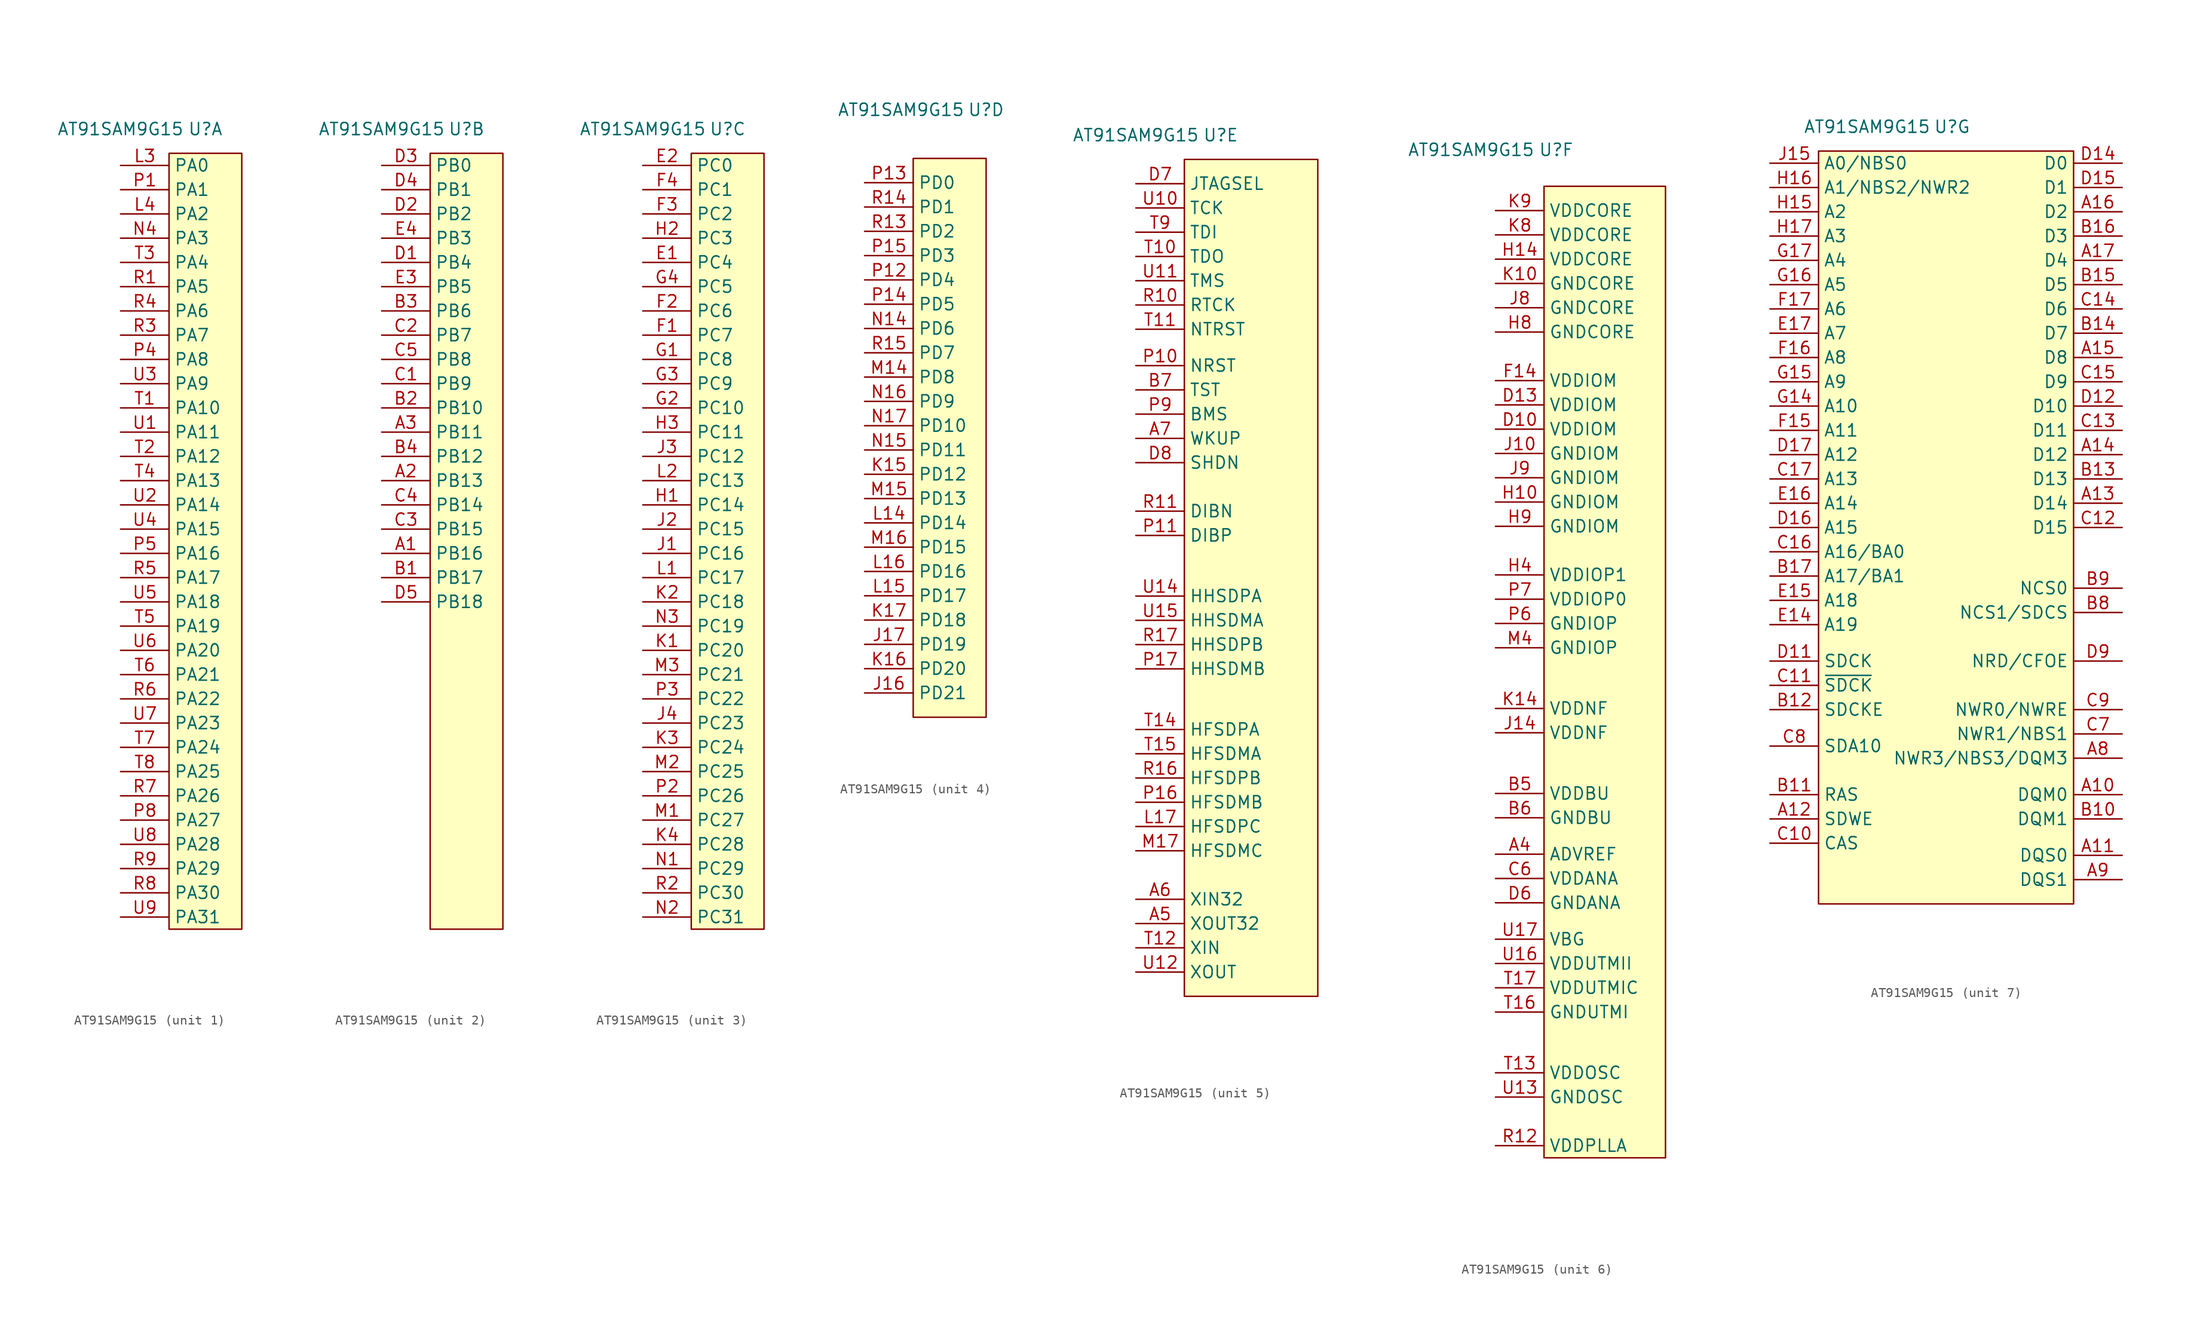
<source format=kicad_sym>
(kicad_symbol_lib
  (version 20211014)
  (generator kicad_symbol_editor)
  (symbol "AT91SAM9G15"
    (property "Reference" "U"
      (at 0 43.18 0)
      (effects (font (size 1.27 1.27))))
    (property "Value" "AT91SAM9G15"
      (at -8.89 43.18 0)
      (effects (font (size 1.27 1.27))))
    (property "ki_locked" ""
      (at 0 0 0)
      (effects (font (size 1.27 1.27))))
    (symbol "AT91SAM9G15_1_0"
      (pin passive line (at -8.89 39.37 0) (length 5.08) (name "PA0" (effects (font (size 1.27 1.27)))) (number "L3" (effects (font (size 1.27 1.27)))))
      (pin passive line (at -8.89 34.29 0) (length 5.08) (name "PA2" (effects (font (size 1.27 1.27)))) (number "L4" (effects (font (size 1.27 1.27)))))
      (pin passive line (at -8.89 31.75 0) (length 5.08) (name "PA3" (effects (font (size 1.27 1.27)))) (number "N4" (effects (font (size 1.27 1.27)))))
      (pin passive line (at -8.89 36.83 0) (length 5.08) (name "PA1" (effects (font (size 1.27 1.27)))) (number "P1" (effects (font (size 1.27 1.27)))))
      (pin passive line (at -8.89 19.05 0) (length 5.08) (name "PA8" (effects (font (size 1.27 1.27)))) (number "P4" (effects (font (size 1.27 1.27)))))
      (pin passive line (at -8.89 -1.27 0) (length 5.08) (name "PA16" (effects (font (size 1.27 1.27)))) (number "P5" (effects (font (size 1.27 1.27)))))
      (pin passive line (at -8.89 -29.21 0) (length 5.08) (name "PA27" (effects (font (size 1.27 1.27)))) (number "P8" (effects (font (size 1.27 1.27)))))
      (pin passive line (at -8.89 26.67 0) (length 5.08) (name "PA5" (effects (font (size 1.27 1.27)))) (number "R1" (effects (font (size 1.27 1.27)))))
      (pin passive line (at -8.89 21.59 0) (length 5.08) (name "PA7" (effects (font (size 1.27 1.27)))) (number "R3" (effects (font (size 1.27 1.27)))))
      (pin passive line (at -8.89 24.13 0) (length 5.08) (name "PA6" (effects (font (size 1.27 1.27)))) (number "R4" (effects (font (size 1.27 1.27)))))
      (pin passive line (at -8.89 -3.81 0) (length 5.08) (name "PA17" (effects (font (size 1.27 1.27)))) (number "R5" (effects (font (size 1.27 1.27)))))
      (pin passive line (at -8.89 -16.51 0) (length 5.08) (name "PA22" (effects (font (size 1.27 1.27)))) (number "R6" (effects (font (size 1.27 1.27)))))
      (pin passive line (at -8.89 -26.67 0) (length 5.08) (name "PA26" (effects (font (size 1.27 1.27)))) (number "R7" (effects (font (size 1.27 1.27)))))
      (pin passive line (at -8.89 -36.83 0) (length 5.08) (name "PA30" (effects (font (size 1.27 1.27)))) (number "R8" (effects (font (size 1.27 1.27)))))
      (pin passive line (at -8.89 -34.29 0) (length 5.08) (name "PA29" (effects (font (size 1.27 1.27)))) (number "R9" (effects (font (size 1.27 1.27)))))
      (pin passive line (at -8.89 13.97 0) (length 5.08) (name "PA10" (effects (font (size 1.27 1.27)))) (number "T1" (effects (font (size 1.27 1.27)))))
      (pin passive line (at -8.89 8.89 0) (length 5.08) (name "PA12" (effects (font (size 1.27 1.27)))) (number "T2" (effects (font (size 1.27 1.27)))))
      (pin passive line (at -8.89 29.21 0) (length 5.08) (name "PA4" (effects (font (size 1.27 1.27)))) (number "T3" (effects (font (size 1.27 1.27)))))
      (pin passive line (at -8.89 6.35 0) (length 5.08) (name "PA13" (effects (font (size 1.27 1.27)))) (number "T4" (effects (font (size 1.27 1.27)))))
      (pin passive line (at -8.89 -8.89 0) (length 5.08) (name "PA19" (effects (font (size 1.27 1.27)))) (number "T5" (effects (font (size 1.27 1.27)))))
      (pin passive line (at -8.89 -13.97 0) (length 5.08) (name "PA21" (effects (font (size 1.27 1.27)))) (number "T6" (effects (font (size 1.27 1.27)))))
      (pin passive line (at -8.89 -21.59 0) (length 5.08) (name "PA24" (effects (font (size 1.27 1.27)))) (number "T7" (effects (font (size 1.27 1.27)))))
      (pin passive line (at -8.89 -24.13 0) (length 5.08) (name "PA25" (effects (font (size 1.27 1.27)))) (number "T8" (effects (font (size 1.27 1.27)))))
      (pin passive line (at -8.89 11.43 0) (length 5.08) (name "PA11" (effects (font (size 1.27 1.27)))) (number "U1" (effects (font (size 1.27 1.27)))))
      (pin passive line (at -8.89 3.81 0) (length 5.08) (name "PA14" (effects (font (size 1.27 1.27)))) (number "U2" (effects (font (size 1.27 1.27)))))
      (pin passive line (at -8.89 16.51 0) (length 5.08) (name "PA9" (effects (font (size 1.27 1.27)))) (number "U3" (effects (font (size 1.27 1.27)))))
      (pin passive line (at -8.89 1.27 0) (length 5.08) (name "PA15" (effects (font (size 1.27 1.27)))) (number "U4" (effects (font (size 1.27 1.27)))))
      (pin passive line (at -8.89 -6.35 0) (length 5.08) (name "PA18" (effects (font (size 1.27 1.27)))) (number "U5" (effects (font (size 1.27 1.27)))))
      (pin passive line (at -8.89 -11.43 0) (length 5.08) (name "PA20" (effects (font (size 1.27 1.27)))) (number "U6" (effects (font (size 1.27 1.27)))))
      (pin passive line (at -8.89 -19.05 0) (length 5.08) (name "PA23" (effects (font (size 1.27 1.27)))) (number "U7" (effects (font (size 1.27 1.27)))))
      (pin passive line (at -8.89 -31.75 0) (length 5.08) (name "PA28" (effects (font (size 1.27 1.27)))) (number "U8" (effects (font (size 1.27 1.27)))))
      (pin passive line (at -8.89 -39.37 0) (length 5.08) (name "PA31" (effects (font (size 1.27 1.27)))) (number "U9" (effects (font (size 1.27 1.27))))))
    (symbol "AT91SAM9G15_1_1"
      (rectangle (start -3.81 40.64) (end 3.81 -40.64) (stroke (width 0.152) (type default) (color 0 0 0 0)) (fill (type background))))
    (symbol "AT91SAM9G15_2_0"
      (pin passive line (at -8.89 -1.27 0) (length 5.08) (name "PB16" (effects (font (size 1.27 1.27)))) (number "A1" (effects (font (size 1.27 1.27)))))
      (pin passive line (at -8.89 6.35 0) (length 5.08) (name "PB13" (effects (font (size 1.27 1.27)))) (number "A2" (effects (font (size 1.27 1.27)))))
      (pin passive line (at -8.89 11.43 0) (length 5.08) (name "PB11" (effects (font (size 1.27 1.27)))) (number "A3" (effects (font (size 1.27 1.27)))))
      (pin passive line (at -8.89 -3.81 0) (length 5.08) (name "PB17" (effects (font (size 1.27 1.27)))) (number "B1" (effects (font (size 1.27 1.27)))))
      (pin passive line (at -8.89 13.97 0) (length 5.08) (name "PB10" (effects (font (size 1.27 1.27)))) (number "B2" (effects (font (size 1.27 1.27)))))
      (pin passive line (at -8.89 24.13 0) (length 5.08) (name "PB6" (effects (font (size 1.27 1.27)))) (number "B3" (effects (font (size 1.27 1.27)))))
      (pin passive line (at -8.89 8.89 0) (length 5.08) (name "PB12" (effects (font (size 1.27 1.27)))) (number "B4" (effects (font (size 1.27 1.27)))))
      (pin passive line (at -8.89 16.51 0) (length 5.08) (name "PB9" (effects (font (size 1.27 1.27)))) (number "C1" (effects (font (size 1.27 1.27)))))
      (pin passive line (at -8.89 21.59 0) (length 5.08) (name "PB7" (effects (font (size 1.27 1.27)))) (number "C2" (effects (font (size 1.27 1.27)))))
      (pin passive line (at -8.89 1.27 0) (length 5.08) (name "PB15" (effects (font (size 1.27 1.27)))) (number "C3" (effects (font (size 1.27 1.27)))))
      (pin passive line (at -8.89 3.81 0) (length 5.08) (name "PB14" (effects (font (size 1.27 1.27)))) (number "C4" (effects (font (size 1.27 1.27)))))
      (pin passive line (at -8.89 19.05 0) (length 5.08) (name "PB8" (effects (font (size 1.27 1.27)))) (number "C5" (effects (font (size 1.27 1.27)))))
      (pin passive line (at -8.89 29.21 0) (length 5.08) (name "PB4" (effects (font (size 1.27 1.27)))) (number "D1" (effects (font (size 1.27 1.27)))))
      (pin passive line (at -8.89 34.29 0) (length 5.08) (name "PB2" (effects (font (size 1.27 1.27)))) (number "D2" (effects (font (size 1.27 1.27)))))
      (pin passive line (at -8.89 39.37 0) (length 5.08) (name "PB0" (effects (font (size 1.27 1.27)))) (number "D3" (effects (font (size 1.27 1.27)))))
      (pin passive line (at -8.89 36.83 0) (length 5.08) (name "PB1" (effects (font (size 1.27 1.27)))) (number "D4" (effects (font (size 1.27 1.27)))))
      (pin passive line (at -8.89 -6.35 0) (length 5.08) (name "PB18" (effects (font (size 1.27 1.27)))) (number "D5" (effects (font (size 1.27 1.27)))))
      (pin passive line (at -8.89 26.67 0) (length 5.08) (name "PB5" (effects (font (size 1.27 1.27)))) (number "E3" (effects (font (size 1.27 1.27)))))
      (pin passive line (at -8.89 31.75 0) (length 5.08) (name "PB3" (effects (font (size 1.27 1.27)))) (number "E4" (effects (font (size 1.27 1.27))))))
    (symbol "AT91SAM9G15_2_1"
      (rectangle (start -3.81 40.64) (end 3.81 -40.64) (stroke (width 0.152) (type default) (color 0 0 0 0)) (fill (type background))))
    (symbol "AT91SAM9G15_3_0"
      (pin passive line (at -8.89 29.21 0) (length 5.08) (name "PC4" (effects (font (size 1.27 1.27)))) (number "E1" (effects (font (size 1.27 1.27)))))
      (pin passive line (at -8.89 39.37 0) (length 5.08) (name "PC0" (effects (font (size 1.27 1.27)))) (number "E2" (effects (font (size 1.27 1.27)))))
      (pin passive line (at -8.89 21.59 0) (length 5.08) (name "PC7" (effects (font (size 1.27 1.27)))) (number "F1" (effects (font (size 1.27 1.27)))))
      (pin passive line (at -8.89 24.13 0) (length 5.08) (name "PC6" (effects (font (size 1.27 1.27)))) (number "F2" (effects (font (size 1.27 1.27)))))
      (pin passive line (at -8.89 34.29 0) (length 5.08) (name "PC2" (effects (font (size 1.27 1.27)))) (number "F3" (effects (font (size 1.27 1.27)))))
      (pin passive line (at -8.89 36.83 0) (length 5.08) (name "PC1" (effects (font (size 1.27 1.27)))) (number "F4" (effects (font (size 1.27 1.27)))))
      (pin passive line (at -8.89 19.05 0) (length 5.08) (name "PC8" (effects (font (size 1.27 1.27)))) (number "G1" (effects (font (size 1.27 1.27)))))
      (pin passive line (at -8.89 13.97 0) (length 5.08) (name "PC10" (effects (font (size 1.27 1.27)))) (number "G2" (effects (font (size 1.27 1.27)))))
      (pin passive line (at -8.89 16.51 0) (length 5.08) (name "PC9" (effects (font (size 1.27 1.27)))) (number "G3" (effects (font (size 1.27 1.27)))))
      (pin passive line (at -8.89 26.67 0) (length 5.08) (name "PC5" (effects (font (size 1.27 1.27)))) (number "G4" (effects (font (size 1.27 1.27)))))
      (pin passive line (at -8.89 3.81 0) (length 5.08) (name "PC14" (effects (font (size 1.27 1.27)))) (number "H1" (effects (font (size 1.27 1.27)))))
      (pin passive line (at -8.89 31.75 0) (length 5.08) (name "PC3" (effects (font (size 1.27 1.27)))) (number "H2" (effects (font (size 1.27 1.27)))))
      (pin passive line (at -8.89 11.43 0) (length 5.08) (name "PC11" (effects (font (size 1.27 1.27)))) (number "H3" (effects (font (size 1.27 1.27)))))
      (pin passive line (at -8.89 -1.27 0) (length 5.08) (name "PC16" (effects (font (size 1.27 1.27)))) (number "J1" (effects (font (size 1.27 1.27)))))
      (pin passive line (at -8.89 1.27 0) (length 5.08) (name "PC15" (effects (font (size 1.27 1.27)))) (number "J2" (effects (font (size 1.27 1.27)))))
      (pin passive line (at -8.89 8.89 0) (length 5.08) (name "PC12" (effects (font (size 1.27 1.27)))) (number "J3" (effects (font (size 1.27 1.27)))))
      (pin passive line (at -8.89 -19.05 0) (length 5.08) (name "PC23" (effects (font (size 1.27 1.27)))) (number "J4" (effects (font (size 1.27 1.27)))))
      (pin passive line (at -8.89 -11.43 0) (length 5.08) (name "PC20" (effects (font (size 1.27 1.27)))) (number "K1" (effects (font (size 1.27 1.27)))))
      (pin passive line (at -8.89 -6.35 0) (length 5.08) (name "PC18" (effects (font (size 1.27 1.27)))) (number "K2" (effects (font (size 1.27 1.27)))))
      (pin passive line (at -8.89 -21.59 0) (length 5.08) (name "PC24" (effects (font (size 1.27 1.27)))) (number "K3" (effects (font (size 1.27 1.27)))))
      (pin passive line (at -8.89 -31.75 0) (length 5.08) (name "PC28" (effects (font (size 1.27 1.27)))) (number "K4" (effects (font (size 1.27 1.27)))))
      (pin passive line (at -8.89 -3.81 0) (length 5.08) (name "PC17" (effects (font (size 1.27 1.27)))) (number "L1" (effects (font (size 1.27 1.27)))))
      (pin passive line (at -8.89 6.35 0) (length 5.08) (name "PC13" (effects (font (size 1.27 1.27)))) (number "L2" (effects (font (size 1.27 1.27)))))
      (pin passive line (at -8.89 -29.21 0) (length 5.08) (name "PC27" (effects (font (size 1.27 1.27)))) (number "M1" (effects (font (size 1.27 1.27)))))
      (pin passive line (at -8.89 -24.13 0) (length 5.08) (name "PC25" (effects (font (size 1.27 1.27)))) (number "M2" (effects (font (size 1.27 1.27)))))
      (pin passive line (at -8.89 -13.97 0) (length 5.08) (name "PC21" (effects (font (size 1.27 1.27)))) (number "M3" (effects (font (size 1.27 1.27)))))
      (pin passive line (at -8.89 -34.29 0) (length 5.08) (name "PC29" (effects (font (size 1.27 1.27)))) (number "N1" (effects (font (size 1.27 1.27)))))
      (pin passive line (at -8.89 -39.37 0) (length 5.08) (name "PC31" (effects (font (size 1.27 1.27)))) (number "N2" (effects (font (size 1.27 1.27)))))
      (pin passive line (at -8.89 -8.89 0) (length 5.08) (name "PC19" (effects (font (size 1.27 1.27)))) (number "N3" (effects (font (size 1.27 1.27)))))
      (pin passive line (at -8.89 -26.67 0) (length 5.08) (name "PC26" (effects (font (size 1.27 1.27)))) (number "P2" (effects (font (size 1.27 1.27)))))
      (pin passive line (at -8.89 -16.51 0) (length 5.08) (name "PC22" (effects (font (size 1.27 1.27)))) (number "P3" (effects (font (size 1.27 1.27)))))
      (pin passive line (at -8.89 -36.83 0) (length 5.08) (name "PC30" (effects (font (size 1.27 1.27)))) (number "R2" (effects (font (size 1.27 1.27))))))
    (symbol "AT91SAM9G15_3_1"
      (rectangle (start -3.81 40.64) (end 3.81 -40.64) (stroke (width 0.152) (type default) (color 0 0 0 0)) (fill (type background))))
    (symbol "AT91SAM9G15_4_0"
      (pin passive line (at -12.7 -17.78 0) (length 5.08) (name "PD21" (effects (font (size 1.27 1.27)))) (number "J16" (effects (font (size 1.27 1.27)))))
      (pin passive line (at -12.7 -12.7 0) (length 5.08) (name "PD19" (effects (font (size 1.27 1.27)))) (number "J17" (effects (font (size 1.27 1.27)))))
      (pin passive line (at -12.7 5.08 0) (length 5.08) (name "PD12" (effects (font (size 1.27 1.27)))) (number "K15" (effects (font (size 1.27 1.27)))))
      (pin passive line (at -12.7 -15.24 0) (length 5.08) (name "PD20" (effects (font (size 1.27 1.27)))) (number "K16" (effects (font (size 1.27 1.27)))))
      (pin passive line (at -12.7 -10.16 0) (length 5.08) (name "PD18" (effects (font (size 1.27 1.27)))) (number "K17" (effects (font (size 1.27 1.27)))))
      (pin passive line (at -12.7 0 0) (length 5.08) (name "PD14" (effects (font (size 1.27 1.27)))) (number "L14" (effects (font (size 1.27 1.27)))))
      (pin passive line (at -12.7 -7.62 0) (length 5.08) (name "PD17" (effects (font (size 1.27 1.27)))) (number "L15" (effects (font (size 1.27 1.27)))))
      (pin passive line (at -12.7 -5.08 0) (length 5.08) (name "PD16" (effects (font (size 1.27 1.27)))) (number "L16" (effects (font (size 1.27 1.27)))))
      (pin passive line (at -12.7 15.24 0) (length 5.08) (name "PD8" (effects (font (size 1.27 1.27)))) (number "M14" (effects (font (size 1.27 1.27)))))
      (pin passive line (at -12.7 2.54 0) (length 5.08) (name "PD13" (effects (font (size 1.27 1.27)))) (number "M15" (effects (font (size 1.27 1.27)))))
      (pin passive line (at -12.7 -2.54 0) (length 5.08) (name "PD15" (effects (font (size 1.27 1.27)))) (number "M16" (effects (font (size 1.27 1.27)))))
      (pin passive line (at -12.7 20.32 0) (length 5.08) (name "PD6" (effects (font (size 1.27 1.27)))) (number "N14" (effects (font (size 1.27 1.27)))))
      (pin passive line (at -12.7 7.62 0) (length 5.08) (name "PD11" (effects (font (size 1.27 1.27)))) (number "N15" (effects (font (size 1.27 1.27)))))
      (pin passive line (at -12.7 12.7 0) (length 5.08) (name "PD9" (effects (font (size 1.27 1.27)))) (number "N16" (effects (font (size 1.27 1.27)))))
      (pin passive line (at -12.7 10.16 0) (length 5.08) (name "PD10" (effects (font (size 1.27 1.27)))) (number "N17" (effects (font (size 1.27 1.27)))))
      (pin passive line (at -12.7 25.4 0) (length 5.08) (name "PD4" (effects (font (size 1.27 1.27)))) (number "P12" (effects (font (size 1.27 1.27)))))
      (pin passive line (at -12.7 35.56 0) (length 5.08) (name "PD0" (effects (font (size 1.27 1.27)))) (number "P13" (effects (font (size 1.27 1.27)))))
      (pin passive line (at -12.7 22.86 0) (length 5.08) (name "PD5" (effects (font (size 1.27 1.27)))) (number "P14" (effects (font (size 1.27 1.27)))))
      (pin passive line (at -12.7 27.94 0) (length 5.08) (name "PD3" (effects (font (size 1.27 1.27)))) (number "P15" (effects (font (size 1.27 1.27)))))
      (pin passive line (at -12.7 30.48 0) (length 5.08) (name "PD2" (effects (font (size 1.27 1.27)))) (number "R13" (effects (font (size 1.27 1.27)))))
      (pin passive line (at -12.7 33.02 0) (length 5.08) (name "PD1" (effects (font (size 1.27 1.27)))) (number "R14" (effects (font (size 1.27 1.27)))))
      (pin passive line (at -12.7 17.78 0) (length 5.08) (name "PD7" (effects (font (size 1.27 1.27)))) (number "R15" (effects (font (size 1.27 1.27))))))
    (symbol "AT91SAM9G15_4_1"
      (rectangle (start -7.62 38.1) (end 0 -20.32) (stroke (width 0.152) (type default) (color 0 0 0 0)) (fill (type background))))
    (symbol "AT91SAM9G15_5_0"
      (pin passive line (at -8.89 -39.37 0) (length 5.08) (name "XOUT32" (effects (font (size 1.27 1.27)))) (number "A5" (effects (font (size 1.27 1.27)))))
      (pin passive line (at -8.89 -36.83 0) (length 5.08) (name "XIN32" (effects (font (size 1.27 1.27)))) (number "A6" (effects (font (size 1.27 1.27)))))
      (pin passive line (at -8.89 11.43 0) (length 5.08) (name "WKUP" (effects (font (size 1.27 1.27)))) (number "A7" (effects (font (size 1.27 1.27)))))
      (pin passive line (at -8.89 16.51 0) (length 5.08) (name "TST" (effects (font (size 1.27 1.27)))) (number "B7" (effects (font (size 1.27 1.27)))))
      (pin passive line (at -8.89 38.1 0) (length 5.08) (name "JTAGSEL" (effects (font (size 1.27 1.27)))) (number "D7" (effects (font (size 1.27 1.27)))))
      (pin passive line (at -8.89 8.89 0) (length 5.08) (name "SHDN" (effects (font (size 1.27 1.27)))) (number "D8" (effects (font (size 1.27 1.27)))))
      (pin passive line (at -8.89 -29.21 0) (length 5.08) (name "HFSDPC" (effects (font (size 1.27 1.27)))) (number "L17" (effects (font (size 1.27 1.27)))))
      (pin passive line (at -8.89 -31.75 0) (length 5.08) (name "HFSDMC" (effects (font (size 1.27 1.27)))) (number "M17" (effects (font (size 1.27 1.27)))))
      (pin passive line (at -8.89 19.05 0) (length 5.08) (name "NRST" (effects (font (size 1.27 1.27)))) (number "P10" (effects (font (size 1.27 1.27)))))
      (pin passive line (at -8.89 1.27 0) (length 5.08) (name "DIBP" (effects (font (size 1.27 1.27)))) (number "P11" (effects (font (size 1.27 1.27)))))
      (pin passive line (at -8.89 -26.67 0) (length 5.08) (name "HFSDMB" (effects (font (size 1.27 1.27)))) (number "P16" (effects (font (size 1.27 1.27)))))
      (pin passive line (at -8.89 -12.7 0) (length 5.08) (name "HHSDMB" (effects (font (size 1.27 1.27)))) (number "P17" (effects (font (size 1.27 1.27)))))
      (pin passive line (at -8.89 13.97 0) (length 5.08) (name "BMS" (effects (font (size 1.27 1.27)))) (number "P9" (effects (font (size 1.27 1.27)))))
      (pin passive line (at -8.89 25.4 0) (length 5.08) (name "RTCK" (effects (font (size 1.27 1.27)))) (number "R10" (effects (font (size 1.27 1.27)))))
      (pin passive line (at -8.89 3.81 0) (length 5.08) (name "DIBN" (effects (font (size 1.27 1.27)))) (number "R11" (effects (font (size 1.27 1.27)))))
      (pin passive line (at -8.89 -24.13 0) (length 5.08) (name "HFSDPB" (effects (font (size 1.27 1.27)))) (number "R16" (effects (font (size 1.27 1.27)))))
      (pin passive line (at -8.89 -10.16 0) (length 5.08) (name "HHSDPB" (effects (font (size 1.27 1.27)))) (number "R17" (effects (font (size 1.27 1.27)))))
      (pin passive line (at -8.89 30.48 0) (length 5.08) (name "TDO" (effects (font (size 1.27 1.27)))) (number "T10" (effects (font (size 1.27 1.27)))))
      (pin passive line (at -8.89 22.86 0) (length 5.08) (name "NTRST" (effects (font (size 1.27 1.27)))) (number "T11" (effects (font (size 1.27 1.27)))))
      (pin passive line (at -8.89 -41.91 0) (length 5.08) (name "XIN" (effects (font (size 1.27 1.27)))) (number "T12" (effects (font (size 1.27 1.27)))))
      (pin passive line (at -8.89 -19.05 0) (length 5.08) (name "HFSDPA" (effects (font (size 1.27 1.27)))) (number "T14" (effects (font (size 1.27 1.27)))))
      (pin passive line (at -8.89 -21.59 0) (length 5.08) (name "HFSDMA" (effects (font (size 1.27 1.27)))) (number "T15" (effects (font (size 1.27 1.27)))))
      (pin passive line (at -8.89 33.02 0) (length 5.08) (name "TDI" (effects (font (size 1.27 1.27)))) (number "T9" (effects (font (size 1.27 1.27)))))
      (pin passive line (at -8.89 35.56 0) (length 5.08) (name "TCK" (effects (font (size 1.27 1.27)))) (number "U10" (effects (font (size 1.27 1.27)))))
      (pin passive line (at -8.89 27.94 0) (length 5.08) (name "TMS" (effects (font (size 1.27 1.27)))) (number "U11" (effects (font (size 1.27 1.27)))))
      (pin passive line (at -8.89 -44.45 0) (length 5.08) (name "XOUT" (effects (font (size 1.27 1.27)))) (number "U12" (effects (font (size 1.27 1.27)))))
      (pin passive line (at -8.89 -5.08 0) (length 5.08) (name "HHSDPA" (effects (font (size 1.27 1.27)))) (number "U14" (effects (font (size 1.27 1.27)))))
      (pin passive line (at -8.89 -7.62 0) (length 5.08) (name "HHSDMA" (effects (font (size 1.27 1.27)))) (number "U15" (effects (font (size 1.27 1.27))))))
    (symbol "AT91SAM9G15_5_1"
      (rectangle (start -3.81 40.64) (end 10.16 -46.99) (stroke (width 0.152) (type default) (color 0 0 0 0)) (fill (type background))))
    (symbol "AT91SAM9G15_6_0"
      (pin passive line (at -6.35 -30.48 0) (length 5.08) (name "ADVREF" (effects (font (size 1.27 1.27)))) (number "A4" (effects (font (size 1.27 1.27)))))
      (pin power_in line (at -6.35 -24.13 0) (length 5.08) (name "VDDBU" (effects (font (size 1.27 1.27)))) (number "B5" (effects (font (size 1.27 1.27)))))
      (pin passive line (at -6.35 -26.67 0) (length 5.08) (name "GNDBU" (effects (font (size 1.27 1.27)))) (number "B6" (effects (font (size 1.27 1.27)))))
      (pin passive line (at -6.35 -33.02 0) (length 5.08) (name "VDDANA" (effects (font (size 1.27 1.27)))) (number "C6" (effects (font (size 1.27 1.27)))))
      (pin power_in line (at -6.35 13.97 0) (length 5.08) (name "VDDIOM" (effects (font (size 1.27 1.27)))) (number "D10" (effects (font (size 1.27 1.27)))))
      (pin power_in line (at -6.35 16.51 0) (length 5.08) (name "VDDIOM" (effects (font (size 1.27 1.27)))) (number "D13" (effects (font (size 1.27 1.27)))))
      (pin passive line (at -6.35 -35.56 0) (length 5.08) (name "GNDANA" (effects (font (size 1.27 1.27)))) (number "D6" (effects (font (size 1.27 1.27)))))
      (pin power_in line (at -6.35 19.05 0) (length 5.08) (name "VDDIOM" (effects (font (size 1.27 1.27)))) (number "F14" (effects (font (size 1.27 1.27)))))
      (pin passive line (at -6.35 6.35 0) (length 5.08) (name "GNDIOM" (effects (font (size 1.27 1.27)))) (number "H10" (effects (font (size 1.27 1.27)))))
      (pin power_in line (at -6.35 31.75 0) (length 5.08) (name "VDDCORE" (effects (font (size 1.27 1.27)))) (number "H14" (effects (font (size 1.27 1.27)))))
      (pin power_in line (at -6.35 -1.27 0) (length 5.08) (name "VDDIOP1" (effects (font (size 1.27 1.27)))) (number "H4" (effects (font (size 1.27 1.27)))))
      (pin passive line (at -6.35 24.13 0) (length 5.08) (name "GNDCORE" (effects (font (size 1.27 1.27)))) (number "H8" (effects (font (size 1.27 1.27)))))
      (pin passive line (at -6.35 3.81 0) (length 5.08) (name "GNDIOM" (effects (font (size 1.27 1.27)))) (number "H9" (effects (font (size 1.27 1.27)))))
      (pin passive line (at -6.35 11.43 0) (length 5.08) (name "GNDIOM" (effects (font (size 1.27 1.27)))) (number "J10" (effects (font (size 1.27 1.27)))))
      (pin passive line (at -6.35 -17.78 0) (length 5.08) (name "VDDNF" (effects (font (size 1.27 1.27)))) (number "J14" (effects (font (size 1.27 1.27)))))
      (pin passive line (at -6.35 26.67 0) (length 5.08) (name "GNDCORE" (effects (font (size 1.27 1.27)))) (number "J8" (effects (font (size 1.27 1.27)))))
      (pin passive line (at -6.35 8.89 0) (length 5.08) (name "GNDIOM" (effects (font (size 1.27 1.27)))) (number "J9" (effects (font (size 1.27 1.27)))))
      (pin passive line (at -6.35 29.21 0) (length 5.08) (name "GNDCORE" (effects (font (size 1.27 1.27)))) (number "K10" (effects (font (size 1.27 1.27)))))
      (pin passive line (at -6.35 -15.24 0) (length 5.08) (name "VDDNF" (effects (font (size 1.27 1.27)))) (number "K14" (effects (font (size 1.27 1.27)))))
      (pin power_in line (at -6.35 34.29 0) (length 5.08) (name "VDDCORE" (effects (font (size 1.27 1.27)))) (number "K8" (effects (font (size 1.27 1.27)))))
      (pin power_in line (at -6.35 36.83 0) (length 5.08) (name "VDDCORE" (effects (font (size 1.27 1.27)))) (number "K9" (effects (font (size 1.27 1.27)))))
      (pin passive line (at -6.35 -8.89 0) (length 5.08) (name "GNDIOP" (effects (font (size 1.27 1.27)))) (number "M4" (effects (font (size 1.27 1.27)))))
      (pin passive line (at -6.35 -6.35 0) (length 5.08) (name "GNDIOP" (effects (font (size 1.27 1.27)))) (number "P6" (effects (font (size 1.27 1.27)))))
      (pin power_in line (at -6.35 -3.81 0) (length 5.08) (name "VDDIOP0" (effects (font (size 1.27 1.27)))) (number "P7" (effects (font (size 1.27 1.27)))))
      (pin passive line (at -6.35 -60.96 0) (length 5.08) (name "VDDPLLA" (effects (font (size 1.27 1.27)))) (number "R12" (effects (font (size 1.27 1.27)))))
      (pin passive line (at -6.35 -53.34 0) (length 5.08) (name "VDDOSC" (effects (font (size 1.27 1.27)))) (number "T13" (effects (font (size 1.27 1.27)))))
      (pin passive line (at -6.35 -46.99 0) (length 5.08) (name "GNDUTMI" (effects (font (size 1.27 1.27)))) (number "T16" (effects (font (size 1.27 1.27)))))
      (pin passive line (at -6.35 -44.45 0) (length 5.08) (name "VDDUTMIC" (effects (font (size 1.27 1.27)))) (number "T17" (effects (font (size 1.27 1.27)))))
      (pin passive line (at -6.35 -55.88 0) (length 5.08) (name "GNDOSC" (effects (font (size 1.27 1.27)))) (number "U13" (effects (font (size 1.27 1.27)))))
      (pin passive line (at -6.35 -41.91 0) (length 5.08) (name "VDDUTMII" (effects (font (size 1.27 1.27)))) (number "U16" (effects (font (size 1.27 1.27)))))
      (pin passive line (at -6.35 -39.37 0) (length 5.08) (name "VBG" (effects (font (size 1.27 1.27)))) (number "U17" (effects (font (size 1.27 1.27))))))
    (symbol "AT91SAM9G15_6_1"
      (rectangle (start -1.27 39.37) (end 11.43 -62.23) (stroke (width 0.152) (type default) (color 0 0 0 0)) (fill (type background))))
    (symbol "AT91SAM9G15_7_0"
      (pin passive line (at 17.78 -26.67 180) (length 5.08) (name "DQM0" (effects (font (size 1.27 1.27)))) (number "A10" (effects (font (size 1.27 1.27)))))
      (pin passive line (at 17.78 -33.02 180) (length 5.08) (name "DQS0" (effects (font (size 1.27 1.27)))) (number "A11" (effects (font (size 1.27 1.27)))))
      (pin passive line (at -19.05 -29.21 0) (length 5.08) (name "SDWE" (effects (font (size 1.27 1.27)))) (number "A12" (effects (font (size 1.27 1.27)))))
      (pin passive line (at 17.78 3.81 180) (length 5.08) (name "D14" (effects (font (size 1.27 1.27)))) (number "A13" (effects (font (size 1.27 1.27)))))
      (pin passive line (at 17.78 8.89 180) (length 5.08) (name "D12" (effects (font (size 1.27 1.27)))) (number "A14" (effects (font (size 1.27 1.27)))))
      (pin passive line (at 17.78 19.05 180) (length 5.08) (name "D8" (effects (font (size 1.27 1.27)))) (number "A15" (effects (font (size 1.27 1.27)))))
      (pin passive line (at 17.78 34.29 180) (length 5.08) (name "D2" (effects (font (size 1.27 1.27)))) (number "A16" (effects (font (size 1.27 1.27)))))
      (pin passive line (at 17.78 29.21 180) (length 5.08) (name "D4" (effects (font (size 1.27 1.27)))) (number "A17" (effects (font (size 1.27 1.27)))))
      (pin passive line (at 17.78 -22.86 180) (length 5.08) (name "NWR3/NBS3/DQM3" (effects (font (size 1.27 1.27)))) (number "A8" (effects (font (size 1.27 1.27)))))
      (pin passive line (at 17.78 -35.56 180) (length 5.08) (name "DQS1" (effects (font (size 1.27 1.27)))) (number "A9" (effects (font (size 1.27 1.27)))))
      (pin passive line (at 17.78 -29.21 180) (length 5.08) (name "DQM1" (effects (font (size 1.27 1.27)))) (number "B10" (effects (font (size 1.27 1.27)))))
      (pin passive line (at -19.05 -26.67 0) (length 5.08) (name "RAS" (effects (font (size 1.27 1.27)))) (number "B11" (effects (font (size 1.27 1.27)))))
      (pin passive line (at -19.05 -17.78 0) (length 5.08) (name "SDCKE" (effects (font (size 1.27 1.27)))) (number "B12" (effects (font (size 1.27 1.27)))))
      (pin passive line (at 17.78 6.35 180) (length 5.08) (name "D13" (effects (font (size 1.27 1.27)))) (number "B13" (effects (font (size 1.27 1.27)))))
      (pin passive line (at 17.78 21.59 180) (length 5.08) (name "D7" (effects (font (size 1.27 1.27)))) (number "B14" (effects (font (size 1.27 1.27)))))
      (pin passive line (at 17.78 26.67 180) (length 5.08) (name "D5" (effects (font (size 1.27 1.27)))) (number "B15" (effects (font (size 1.27 1.27)))))
      (pin passive line (at 17.78 31.75 180) (length 5.08) (name "D3" (effects (font (size 1.27 1.27)))) (number "B16" (effects (font (size 1.27 1.27)))))
      (pin passive line (at -19.05 -3.81 0) (length 5.08) (name "A17/BA1" (effects (font (size 1.27 1.27)))) (number "B17" (effects (font (size 1.27 1.27)))))
      (pin passive line (at 17.78 -7.62 180) (length 5.08) (name "NCS1/SDCS" (effects (font (size 1.27 1.27)))) (number "B8" (effects (font (size 1.27 1.27)))))
      (pin passive line (at 17.78 -5.08 180) (length 5.08) (name "NCS0" (effects (font (size 1.27 1.27)))) (number "B9" (effects (font (size 1.27 1.27)))))
      (pin passive line (at -19.05 -31.75 0) (length 5.08) (name "CAS" (effects (font (size 1.27 1.27)))) (number "C10" (effects (font (size 1.27 1.27)))))
      (pin passive line (at -19.05 -15.24 0) (length 5.08) (name "~{SDCK}" (effects (font (size 1.27 1.27)))) (number "C11" (effects (font (size 1.27 1.27)))))
      (pin passive line (at 17.78 1.27 180) (length 5.08) (name "D15" (effects (font (size 1.27 1.27)))) (number "C12" (effects (font (size 1.27 1.27)))))
      (pin passive line (at 17.78 11.43 180) (length 5.08) (name "D11" (effects (font (size 1.27 1.27)))) (number "C13" (effects (font (size 1.27 1.27)))))
      (pin passive line (at 17.78 24.13 180) (length 5.08) (name "D6" (effects (font (size 1.27 1.27)))) (number "C14" (effects (font (size 1.27 1.27)))))
      (pin passive line (at 17.78 16.51 180) (length 5.08) (name "D9" (effects (font (size 1.27 1.27)))) (number "C15" (effects (font (size 1.27 1.27)))))
      (pin passive line (at -19.05 -1.27 0) (length 5.08) (name "A16/BA0" (effects (font (size 1.27 1.27)))) (number "C16" (effects (font (size 1.27 1.27)))))
      (pin passive line (at -19.05 6.35 0) (length 5.08) (name "A13" (effects (font (size 1.27 1.27)))) (number "C17" (effects (font (size 1.27 1.27)))))
      (pin passive line (at 17.78 -20.32 180) (length 5.08) (name "NWR1/NBS1" (effects (font (size 1.27 1.27)))) (number "C7" (effects (font (size 1.27 1.27)))))
      (pin passive line (at -19.05 -21.59 0) (length 5.08) (name "SDA10" (effects (font (size 1.27 1.27)))) (number "C8" (effects (font (size 1.27 1.27)))))
      (pin passive line (at 17.78 -17.78 180) (length 5.08) (name "NWR0/NWRE" (effects (font (size 1.27 1.27)))) (number "C9" (effects (font (size 1.27 1.27)))))
      (pin passive line (at -19.05 -12.7 0) (length 5.08) (name "SDCK" (effects (font (size 1.27 1.27)))) (number "D11" (effects (font (size 1.27 1.27)))))
      (pin passive line (at 17.78 13.97 180) (length 5.08) (name "D10" (effects (font (size 1.27 1.27)))) (number "D12" (effects (font (size 1.27 1.27)))))
      (pin passive line (at 17.78 39.37 180) (length 5.08) (name "D0" (effects (font (size 1.27 1.27)))) (number "D14" (effects (font (size 1.27 1.27)))))
      (pin passive line (at 17.78 36.83 180) (length 5.08) (name "D1" (effects (font (size 1.27 1.27)))) (number "D15" (effects (font (size 1.27 1.27)))))
      (pin passive line (at -19.05 1.27 0) (length 5.08) (name "A15" (effects (font (size 1.27 1.27)))) (number "D16" (effects (font (size 1.27 1.27)))))
      (pin passive line (at -19.05 8.89 0) (length 5.08) (name "A12" (effects (font (size 1.27 1.27)))) (number "D17" (effects (font (size 1.27 1.27)))))
      (pin passive line (at 17.78 -12.7 180) (length 5.08) (name "NRD/CFOE" (effects (font (size 1.27 1.27)))) (number "D9" (effects (font (size 1.27 1.27)))))
      (pin passive line (at -19.05 -8.89 0) (length 5.08) (name "A19" (effects (font (size 1.27 1.27)))) (number "E14" (effects (font (size 1.27 1.27)))))
      (pin passive line (at -19.05 -6.35 0) (length 5.08) (name "A18" (effects (font (size 1.27 1.27)))) (number "E15" (effects (font (size 1.27 1.27)))))
      (pin passive line (at -19.05 3.81 0) (length 5.08) (name "A14" (effects (font (size 1.27 1.27)))) (number "E16" (effects (font (size 1.27 1.27)))))
      (pin passive line (at -19.05 21.59 0) (length 5.08) (name "A7" (effects (font (size 1.27 1.27)))) (number "E17" (effects (font (size 1.27 1.27)))))
      (pin passive line (at -19.05 11.43 0) (length 5.08) (name "A11" (effects (font (size 1.27 1.27)))) (number "F15" (effects (font (size 1.27 1.27)))))
      (pin passive line (at -19.05 19.05 0) (length 5.08) (name "A8" (effects (font (size 1.27 1.27)))) (number "F16" (effects (font (size 1.27 1.27)))))
      (pin passive line (at -19.05 24.13 0) (length 5.08) (name "A6" (effects (font (size 1.27 1.27)))) (number "F17" (effects (font (size 1.27 1.27)))))
      (pin passive line (at -19.05 13.97 0) (length 5.08) (name "A10" (effects (font (size 1.27 1.27)))) (number "G14" (effects (font (size 1.27 1.27)))))
      (pin passive line (at -19.05 16.51 0) (length 5.08) (name "A9" (effects (font (size 1.27 1.27)))) (number "G15" (effects (font (size 1.27 1.27)))))
      (pin passive line (at -19.05 26.67 0) (length 5.08) (name "A5" (effects (font (size 1.27 1.27)))) (number "G16" (effects (font (size 1.27 1.27)))))
      (pin passive line (at -19.05 29.21 0) (length 5.08) (name "A4" (effects (font (size 1.27 1.27)))) (number "G17" (effects (font (size 1.27 1.27)))))
      (pin passive line (at -19.05 34.29 0) (length 5.08) (name "A2" (effects (font (size 1.27 1.27)))) (number "H15" (effects (font (size 1.27 1.27)))))
      (pin passive line (at -19.05 36.83 0) (length 5.08) (name "A1/NBS2/NWR2" (effects (font (size 1.27 1.27)))) (number "H16" (effects (font (size 1.27 1.27)))))
      (pin passive line (at -19.05 31.75 0) (length 5.08) (name "A3" (effects (font (size 1.27 1.27)))) (number "H17" (effects (font (size 1.27 1.27)))))
      (pin passive line (at -19.05 39.37 0) (length 5.08) (name "A0/NBS0" (effects (font (size 1.27 1.27)))) (number "J15" (effects (font (size 1.27 1.27))))))
    (symbol "AT91SAM9G15_7_1"
      (rectangle (start -13.97 40.64) (end 12.7 -38.1) (stroke (width 0.152) (type default) (color 0 0 0 0)) (fill (type background))))))
</source>
